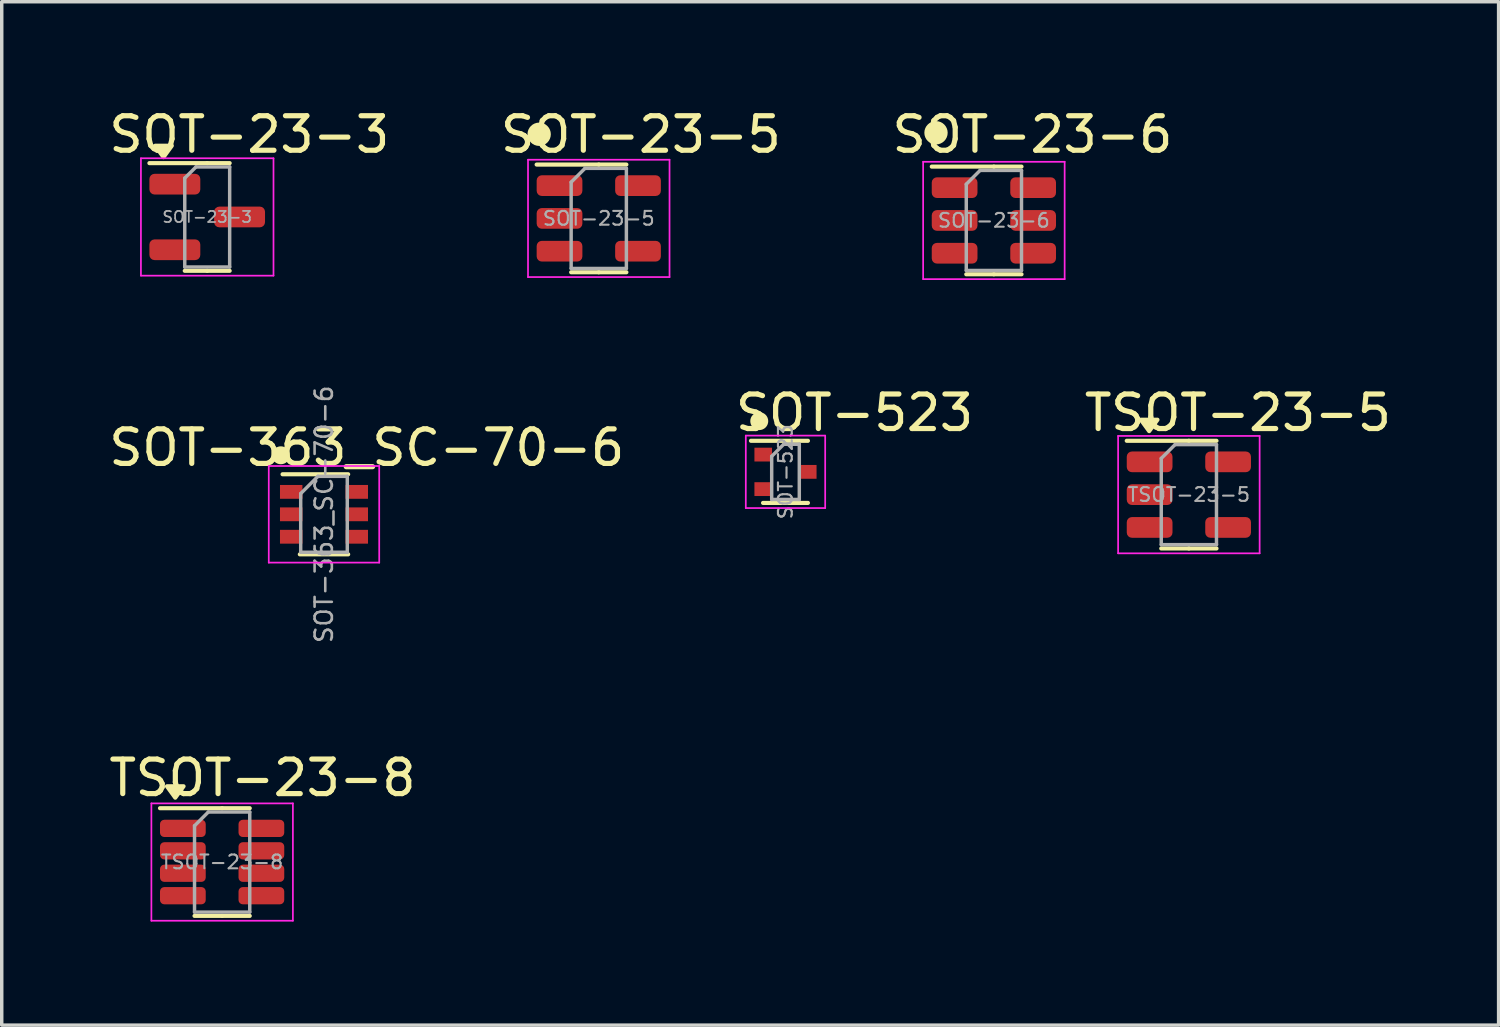
<source format=kicad_pcb>
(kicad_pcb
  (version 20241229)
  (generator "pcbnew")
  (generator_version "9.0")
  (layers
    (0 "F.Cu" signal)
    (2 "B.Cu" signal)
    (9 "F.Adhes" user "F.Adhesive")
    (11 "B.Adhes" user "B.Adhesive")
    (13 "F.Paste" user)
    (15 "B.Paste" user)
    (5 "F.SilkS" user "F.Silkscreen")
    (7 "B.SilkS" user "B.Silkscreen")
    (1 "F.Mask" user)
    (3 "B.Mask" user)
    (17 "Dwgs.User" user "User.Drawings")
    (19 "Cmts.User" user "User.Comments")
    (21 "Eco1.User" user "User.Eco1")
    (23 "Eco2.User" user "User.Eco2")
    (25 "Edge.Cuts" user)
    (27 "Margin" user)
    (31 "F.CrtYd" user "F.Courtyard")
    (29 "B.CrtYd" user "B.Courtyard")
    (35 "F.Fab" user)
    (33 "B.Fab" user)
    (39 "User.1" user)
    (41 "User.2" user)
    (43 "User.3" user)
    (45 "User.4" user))
  (footprint "SOT-523"
    (layer "F.Cu")
    (at 19.708 10.621)
    (property "Reference" "SOT-523" (at 2 -1.71 0) (layer "F.SilkS") (effects (font (size 1 1) (thickness 0.15))))
    (attr smd)
    (fp_line (start -1 -0.9) (end 0.65 -0.9) (stroke (width 0.12) (type solid)) (layer "F.SilkS"))
    (fp_line (start 0.65 0.9) (end -0.65 0.9) (stroke (width 0.12) (type solid)) (layer "F.SilkS"))
    (fp_circle (center -0.76 -1.47) (end -0.56 -1.47) (stroke (width 0.12) (type solid)) (fill yes) (layer "F.SilkS"))
    (fp_line (start -1.15 -1.05) (end -1.15 1.05) (stroke (width 0.05) (type solid)) (layer "F.CrtYd"))
    (fp_line (start -1.15 -1.05) (end 1.15 -1.05) (stroke (width 0.05) (type solid)) (layer "F.CrtYd"))
    (fp_line (start 1.15 1.05) (end -1.15 1.05) (stroke (width 0.05) (type solid)) (layer "F.CrtYd"))
    (fp_line (start 1.15 1.05) (end 1.15 -1.05) (stroke (width 0.05) (type solid)) (layer "F.CrtYd"))
    (fp_line (start -0.4 -0.45) (end -0.4 0.8) (stroke (width 0.1) (type solid)) (layer "F.Fab"))
    (fp_line (start -0.4 -0.45) (end -0.05 -0.8) (stroke (width 0.1) (type solid)) (layer "F.Fab"))
    (fp_line (start -0.4 0.8) (end 0.4 0.8) (stroke (width 0.1) (type solid)) (layer "F.Fab"))
    (fp_line (start 0.4 -0.8) (end -0.05 -0.8) (stroke (width 0.1) (type solid)) (layer "F.Fab"))
    (fp_line (start 0.4 0.8) (end 0.4 -0.8) (stroke (width 0.1) (type solid)) (layer "F.Fab"))
    (fp_text user "${REFERENCE}" (at 0 0 270) (layer "F.Fab") (effects (font (size 0.4 0.4) (thickness 0.062))))
    (pad "1" smd rect (at -0.645 -0.5 180) (size 0.51 0.4) (layers "F.Cu" "F.Mask" "F.Paste"))
    (pad "2" smd rect (at -0.645 0.5 180) (size 0.51 0.4) (layers "F.Cu" "F.Mask" "F.Paste"))
    (pad "3" smd rect (at 0.645 0 180) (size 0.51 0.4) (layers "F.Cu" "F.Mask" "F.Paste")))
  (footprint "SOT-23-3"
    (layer "F.Cu")
    (at 2.916 3.186)
    (property "Reference" "SOT-23-3" (at 1.257 -2.338 0) (layer "F.SilkS") (effects (font (size 1 1) (thickness 0.15))))
    (attr smd)
    (fp_line (start 0.037 -1.51) (end -1.637 -1.51) (stroke (width 0.12) (type solid)) (layer "F.SilkS"))
    (fp_line (start 0.037 -1.51) (end 0.688 -1.51) (stroke (width 0.12) (type solid)) (layer "F.SilkS"))
    (fp_line (start 0.037 1.61) (end -0.613 1.61) (stroke (width 0.12) (type solid)) (layer "F.SilkS"))
    (fp_line (start 0.037 1.61) (end 0.688 1.61) (stroke (width 0.12) (type solid)) (layer "F.SilkS"))
    (fp_poly (pts (xy -1.229 -1.683) (xy -1.469 -2.013) (xy -0.989 -2.013) (xy -1.229 -1.683)) (stroke (width 0.12) (type solid)) (fill yes) (layer "F.SilkS"))
    (fp_line (start -1.883 -1.65) (end -1.883 1.75) (stroke (width 0.05) (type solid)) (layer "F.CrtYd"))
    (fp_line (start -1.883 1.75) (end 1.958 1.75) (stroke (width 0.05) (type solid)) (layer "F.CrtYd"))
    (fp_line (start 1.958 -1.65) (end -1.883 -1.65) (stroke (width 0.05) (type solid)) (layer "F.CrtYd"))
    (fp_line (start 1.958 1.75) (end 1.958 -1.65) (stroke (width 0.05) (type solid)) (layer "F.CrtYd"))
    (fp_line (start -0.613 -1.075) (end -0.287 -1.4) (stroke (width 0.1) (type solid)) (layer "F.Fab"))
    (fp_line (start -0.613 1.5) (end -0.613 -1.075) (stroke (width 0.1) (type solid)) (layer "F.Fab"))
    (fp_line (start -0.287 -1.4) (end 0.688 -1.4) (stroke (width 0.1) (type solid)) (layer "F.Fab"))
    (fp_line (start 0.688 -1.4) (end 0.688 1.5) (stroke (width 0.1) (type solid)) (layer "F.Fab"))
    (fp_line (start 0.688 1.5) (end -0.613 1.5) (stroke (width 0.1) (type solid)) (layer "F.Fab"))
    (fp_text user "${REFERENCE}" (at 0.037 0.05 0) (layer "F.Fab") (effects (font (size 0.32 0.32) (thickness 0.05))))
    (pad "1" smd roundrect (at -0.9 -0.9) (size 1.475 0.6) (layers "F.Cu" "F.Mask" "F.Paste") (roundrect_rratio 0.25))
    (pad "2" smd roundrect (at -0.9 1) (size 1.475 0.6) (layers "F.Cu" "F.Mask" "F.Paste") (roundrect_rratio 0.25))
    (pad "3" smd roundrect (at 0.975 0.05) (size 1.475 0.6) (layers "F.Cu" "F.Mask" "F.Paste") (roundrect_rratio 0.25)))
  (footprint "TSOT-23-5"
    (layer "F.Cu")
    (at 31.395 11.281)
    (property "Reference" "TSOT-23-5" (at 1.42 -2.37 0) (layer "F.SilkS") (effects (font (size 1 1) (thickness 0.15))))
    (attr smd)
    (fp_line (start 0 -1.56) (end -1.8 -1.56) (stroke (width 0.12) (type solid)) (layer "F.SilkS"))
    (fp_line (start 0 -1.56) (end 0.8 -1.56) (stroke (width 0.12) (type solid)) (layer "F.SilkS"))
    (fp_line (start 0 1.56) (end -0.8 1.56) (stroke (width 0.12) (type solid)) (layer "F.SilkS"))
    (fp_line (start 0 1.56) (end 0.8 1.56) (stroke (width 0.12) (type solid)) (layer "F.SilkS"))
    (fp_poly (pts (xy -1.15 -1.84) (xy -1.39 -2.17) (xy -0.91 -2.17) (xy -1.15 -1.84)) (stroke (width 0.12) (type solid)) (fill yes) (layer "F.SilkS"))
    (fp_line (start -2.05 -1.7) (end -2.05 1.7) (stroke (width 0.05) (type solid)) (layer "F.CrtYd"))
    (fp_line (start -2.05 1.7) (end 2.05 1.7) (stroke (width 0.05) (type solid)) (layer "F.CrtYd"))
    (fp_line (start 2.05 -1.7) (end -2.05 -1.7) (stroke (width 0.05) (type solid)) (layer "F.CrtYd"))
    (fp_line (start 2.05 1.7) (end 2.05 -1.7) (stroke (width 0.05) (type solid)) (layer "F.CrtYd"))
    (fp_line (start -0.8 -1.05) (end -0.4 -1.45) (stroke (width 0.1) (type solid)) (layer "F.Fab"))
    (fp_line (start -0.8 1.45) (end -0.8 -1.05) (stroke (width 0.1) (type solid)) (layer "F.Fab"))
    (fp_line (start -0.4 -1.45) (end 0.8 -1.45) (stroke (width 0.1) (type solid)) (layer "F.Fab"))
    (fp_line (start 0.8 -1.45) (end 0.8 1.45) (stroke (width 0.1) (type solid)) (layer "F.Fab"))
    (fp_line (start 0.8 1.45) (end -0.8 1.45) (stroke (width 0.1) (type solid)) (layer "F.Fab"))
    (fp_text user "${REFERENCE}" (at 0 0 0) (layer "F.Fab") (effects (font (size 0.4 0.4) (thickness 0.06))))
    (pad "1" smd roundrect (at -1.137 -0.95) (size 1.325 0.6) (layers "F.Cu" "F.Mask" "F.Paste") (roundrect_rratio 0.25))
    (pad "2" smd roundrect (at -1.137 0) (size 1.325 0.6) (layers "F.Cu" "F.Mask" "F.Paste") (roundrect_rratio 0.25))
    (pad "3" smd roundrect (at -1.137 0.95) (size 1.325 0.6) (layers "F.Cu" "F.Mask" "F.Paste") (roundrect_rratio 0.25))
    (pad "4" smd roundrect (at 1.137 0.95) (size 1.325 0.6) (layers "F.Cu" "F.Mask" "F.Paste") (roundrect_rratio 0.25))
    (pad "5" smd roundrect (at 1.137 -0.95) (size 1.325 0.6) (layers "F.Cu" "F.Mask" "F.Paste") (roundrect_rratio 0.25)))
  (footprint "TSOT-23-8"
    (layer "F.Cu")
    (at 2.248 20.951)
    (property "Reference" "TSOT-23-8" (at 2.306 -1.463 0) (layer "F.SilkS") (effects (font (size 1 1) (thickness 0.15))))
    (attr smd)
    (fp_line (start 1.137 -0.585) (end -0.662 -0.585) (stroke (width 0.12) (type solid)) (layer "F.SilkS"))
    (fp_line (start 1.137 -0.585) (end 1.938 -0.585) (stroke (width 0.12) (type solid)) (layer "F.SilkS"))
    (fp_line (start 1.137 2.535) (end 0.338 2.535) (stroke (width 0.12) (type solid)) (layer "F.SilkS"))
    (fp_line (start 1.137 2.535) (end 1.938 2.535) (stroke (width 0.12) (type solid)) (layer "F.SilkS"))
    (fp_poly (pts (xy -0.22 -0.89) (xy -0.46 -1.22) (xy 0.02 -1.22) (xy -0.22 -0.89)) (stroke (width 0.12) (type solid)) (fill yes) (layer "F.SilkS"))
    (fp_line (start -0.912 -0.725) (end -0.912 2.675) (stroke (width 0.05) (type solid)) (layer "F.CrtYd"))
    (fp_line (start -0.912 2.675) (end 3.188 2.675) (stroke (width 0.05) (type solid)) (layer "F.CrtYd"))
    (fp_line (start 3.188 -0.725) (end -0.912 -0.725) (stroke (width 0.05) (type solid)) (layer "F.CrtYd"))
    (fp_line (start 3.188 2.675) (end 3.188 -0.725) (stroke (width 0.05) (type solid)) (layer "F.CrtYd"))
    (fp_line (start 0.338 -0.075) (end 0.738 -0.475) (stroke (width 0.1) (type solid)) (layer "F.Fab"))
    (fp_line (start 0.338 2.425) (end 0.338 -0.075) (stroke (width 0.1) (type solid)) (layer "F.Fab"))
    (fp_line (start 0.738 -0.475) (end 1.938 -0.475) (stroke (width 0.1) (type solid)) (layer "F.Fab"))
    (fp_line (start 1.938 -0.475) (end 1.938 2.425) (stroke (width 0.1) (type solid)) (layer "F.Fab"))
    (fp_line (start 1.938 2.425) (end 0.338 2.425) (stroke (width 0.1) (type solid)) (layer "F.Fab"))
    (fp_text user "${REFERENCE}" (at 1.137 0.975 0) (layer "F.Fab") (effects (font (size 0.4 0.4) (thickness 0.06))))
    (pad "1" smd roundrect (at 0 0) (size 1.325 0.5) (layers "F.Cu" "F.Mask" "F.Paste") (roundrect_rratio 0.25))
    (pad "2" smd roundrect (at 0 0.65) (size 1.325 0.5) (layers "F.Cu" "F.Mask" "F.Paste") (roundrect_rratio 0.25))
    (pad "3" smd roundrect (at 0 1.3) (size 1.325 0.5) (layers "F.Cu" "F.Mask" "F.Paste") (roundrect_rratio 0.25))
    (pad "4" smd roundrect (at 0 1.95) (size 1.325 0.5) (layers "F.Cu" "F.Mask" "F.Paste") (roundrect_rratio 0.25))
    (pad "5" smd roundrect (at 2.275 1.95) (size 1.325 0.5) (layers "F.Cu" "F.Mask" "F.Paste") (roundrect_rratio 0.25))
    (pad "6" smd roundrect (at 2.275 1.3) (size 1.325 0.5) (layers "F.Cu" "F.Mask" "F.Paste") (roundrect_rratio 0.25))
    (pad "7" smd roundrect (at 2.275 0.65) (size 1.325 0.5) (layers "F.Cu" "F.Mask" "F.Paste") (roundrect_rratio 0.25))
    (pad "8" smd roundrect (at 2.275 0) (size 1.325 0.5) (layers "F.Cu" "F.Mask" "F.Paste") (roundrect_rratio 0.25)))
  (footprint "SOT-23-5"
    (layer "F.Cu")
    (at 14.298 3.278)
    (property "Reference" "SOT-23-5" (at 1.22 -2.43 0) (layer "F.SilkS") (effects (font (size 1 1) (thickness 0.15))))
    (attr smd)
    (fp_line (start 0 -1.56) (end -1.8 -1.56) (stroke (width 0.12) (type solid)) (layer "F.SilkS"))
    (fp_line (start 0 -1.56) (end 0.8 -1.56) (stroke (width 0.12) (type solid)) (layer "F.SilkS"))
    (fp_line (start 0 1.56) (end -0.8 1.56) (stroke (width 0.12) (type solid)) (layer "F.SilkS"))
    (fp_line (start 0 1.56) (end 0.8 1.56) (stroke (width 0.12) (type solid)) (layer "F.SilkS"))
    (fp_circle (center -1.727 -2.438) (end -1.449 -2.438) (stroke (width 0.12) (type solid)) (fill yes) (layer "F.SilkS"))
    (fp_line (start -2.05 -1.7) (end -2.05 1.7) (stroke (width 0.05) (type solid)) (layer "F.CrtYd"))
    (fp_line (start -2.05 1.7) (end 2.05 1.7) (stroke (width 0.05) (type solid)) (layer "F.CrtYd"))
    (fp_line (start 2.05 -1.7) (end -2.05 -1.7) (stroke (width 0.05) (type solid)) (layer "F.CrtYd"))
    (fp_line (start 2.05 1.7) (end 2.05 -1.7) (stroke (width 0.05) (type solid)) (layer "F.CrtYd"))
    (fp_line (start -0.8 -1.05) (end -0.4 -1.45) (stroke (width 0.1) (type solid)) (layer "F.Fab"))
    (fp_line (start -0.8 1.45) (end -0.8 -1.05) (stroke (width 0.1) (type solid)) (layer "F.Fab"))
    (fp_line (start -0.4 -1.45) (end 0.8 -1.45) (stroke (width 0.1) (type solid)) (layer "F.Fab"))
    (fp_line (start 0.8 -1.45) (end 0.8 1.45) (stroke (width 0.1) (type solid)) (layer "F.Fab"))
    (fp_line (start 0.8 1.45) (end -0.8 1.45) (stroke (width 0.1) (type solid)) (layer "F.Fab"))
    (fp_text user "${REFERENCE}" (at 0 0 0) (layer "F.Fab") (effects (font (size 0.4 0.4) (thickness 0.06))))
    (pad "1" smd roundrect (at -1.137 -0.95) (size 1.325 0.6) (layers "F.Cu" "F.Mask" "F.Paste") (roundrect_rratio 0.25))
    (pad "2" smd roundrect (at -1.137 0) (size 1.325 0.6) (layers "F.Cu" "F.Mask" "F.Paste") (roundrect_rratio 0.25))
    (pad "3" smd roundrect (at -1.137 0.95) (size 1.325 0.6) (layers "F.Cu" "F.Mask" "F.Paste") (roundrect_rratio 0.25))
    (pad "4" smd roundrect (at 1.137 0.95) (size 1.325 0.6) (layers "F.Cu" "F.Mask" "F.Paste") (roundrect_rratio 0.25))
    (pad "5" smd roundrect (at 1.137 -0.95) (size 1.325 0.6) (layers "F.Cu" "F.Mask" "F.Paste") (roundrect_rratio 0.25)))
  (footprint "SOT-363_SC-70-6"
    (layer "F.Cu")
    (at 6.337 11.851)
    (property "Reference" "SOT-363_SC-70-6" (at 1.24 -1.93 0) (layer "F.SilkS") (effects (font (size 1 1) (thickness 0.15))))
    (attr smd)
    (fp_line (start -0.7 1.16) (end 0.7 1.16) (stroke (width 0.12) (type solid)) (layer "F.SilkS"))
    (fp_line (start 0.7 -1.16) (end -1.2 -1.16) (stroke (width 0.12) (type solid)) (layer "F.SilkS"))
    (fp_circle (center -1.25 -1.71) (end -1.05 -1.71) (stroke (width 0.12) (type solid)) (fill yes) (layer "F.SilkS"))
    (fp_line (start -1.6 -1.4) (end -1.6 1.4) (stroke (width 0.05) (type solid)) (layer "F.CrtYd"))
    (fp_line (start -1.6 -1.4) (end 1.6 -1.4) (stroke (width 0.05) (type solid)) (layer "F.CrtYd"))
    (fp_line (start -1.6 1.4) (end 1.6 1.4) (stroke (width 0.05) (type solid)) (layer "F.CrtYd"))
    (fp_line (start 1.6 1.4) (end 1.6 -1.4) (stroke (width 0.05) (type solid)) (layer "F.CrtYd"))
    (fp_line (start -0.675 -0.6) (end -0.675 1.1) (stroke (width 0.1) (type solid)) (layer "F.Fab"))
    (fp_line (start -0.175 -1.1) (end -0.675 -0.6) (stroke (width 0.1) (type solid)) (layer "F.Fab"))
    (fp_line (start 0.675 -1.1) (end -0.175 -1.1) (stroke (width 0.1) (type solid)) (layer "F.Fab"))
    (fp_line (start 0.675 -1.1) (end 0.675 1.1) (stroke (width 0.1) (type solid)) (layer "F.Fab"))
    (fp_line (start 0.675 1.1) (end -0.675 1.1) (stroke (width 0.1) (type solid)) (layer "F.Fab"))
    (fp_text user "${REFERENCE}" (at 0 0 90) (layer "F.Fab") (effects (font (size 0.5 0.5) (thickness 0.075))))
    (pad "1" smd rect (at -0.95 -0.65) (size 0.65 0.4) (layers "F.Cu" "F.Mask" "F.Paste"))
    (pad "2" smd rect (at -0.95 0) (size 0.65 0.4) (layers "F.Cu" "F.Mask" "F.Paste"))
    (pad "3" smd rect (at -0.95 0.65) (size 0.65 0.4) (layers "F.Cu" "F.Mask" "F.Paste"))
    (pad "4" smd rect (at 0.95 0.65) (size 0.65 0.4) (layers "F.Cu" "F.Mask" "F.Paste"))
    (pad "5" smd rect (at 0.95 0) (size 0.65 0.4) (layers "F.Cu" "F.Mask" "F.Paste"))
    (pad "6" smd rect (at 0.95 -0.65) (size 0.65 0.4) (layers "F.Cu" "F.Mask" "F.Paste")))
  (footprint "SOT-23-6"
    (layer "F.Cu")
    (at 24.608 2.387)
    (property "Reference" "SOT-23-6" (at 2.255 -1.539 0) (layer "F.SilkS") (effects (font (size 1 1) (thickness 0.15))))
    (attr smd)
    (fp_line (start 1.137 -0.61) (end -0.662 -0.61) (stroke (width 0.12) (type solid)) (layer "F.SilkS"))
    (fp_line (start 1.137 -0.61) (end 1.938 -0.61) (stroke (width 0.12) (type solid)) (layer "F.SilkS"))
    (fp_line (start 1.137 2.51) (end 0.338 2.51) (stroke (width 0.12) (type solid)) (layer "F.SilkS"))
    (fp_line (start 1.137 2.51) (end 1.938 2.51) (stroke (width 0.12) (type solid)) (layer "F.SilkS"))
    (fp_circle (center -0.539 -1.59) (end -0.261 -1.59) (stroke (width 0.12) (type solid)) (fill yes) (layer "F.SilkS"))
    (fp_line (start -0.912 -0.75) (end -0.912 2.65) (stroke (width 0.05) (type solid)) (layer "F.CrtYd"))
    (fp_line (start -0.912 2.65) (end 3.188 2.65) (stroke (width 0.05) (type solid)) (layer "F.CrtYd"))
    (fp_line (start 3.188 -0.75) (end -0.912 -0.75) (stroke (width 0.05) (type solid)) (layer "F.CrtYd"))
    (fp_line (start 3.188 2.65) (end 3.188 -0.75) (stroke (width 0.05) (type solid)) (layer "F.CrtYd"))
    (fp_line (start 0.338 -0.1) (end 0.738 -0.5) (stroke (width 0.1) (type solid)) (layer "F.Fab"))
    (fp_line (start 0.338 2.4) (end 0.338 -0.1) (stroke (width 0.1) (type solid)) (layer "F.Fab"))
    (fp_line (start 0.738 -0.5) (end 1.938 -0.5) (stroke (width 0.1) (type solid)) (layer "F.Fab"))
    (fp_line (start 1.938 -0.5) (end 1.938 2.4) (stroke (width 0.1) (type solid)) (layer "F.Fab"))
    (fp_line (start 1.938 2.4) (end 0.338 2.4) (stroke (width 0.1) (type solid)) (layer "F.Fab"))
    (fp_text user "${REFERENCE}" (at 1.137 0.95 0) (layer "F.Fab") (effects (font (size 0.4 0.4) (thickness 0.06))))
    (pad "1" smd roundrect (at 0 0) (size 1.325 0.6) (layers "F.Cu" "F.Mask" "F.Paste") (roundrect_rratio 0.25))
    (pad "2" smd roundrect (at 0 0.95) (size 1.325 0.6) (layers "F.Cu" "F.Mask" "F.Paste") (roundrect_rratio 0.25))
    (pad "3" smd roundrect (at 0 1.9) (size 1.325 0.6) (layers "F.Cu" "F.Mask" "F.Paste") (roundrect_rratio 0.25))
    (pad "4" smd roundrect (at 2.275 1.9) (size 1.325 0.6) (layers "F.Cu" "F.Mask" "F.Paste") (roundrect_rratio 0.25))
    (pad "5" smd roundrect (at 2.275 0.95) (size 1.325 0.6) (layers "F.Cu" "F.Mask" "F.Paste") (roundrect_rratio 0.25))
    (pad "6" smd roundrect (at 2.275 0) (size 1.325 0.6) (layers "F.Cu" "F.Mask" "F.Paste") (roundrect_rratio 0.25)))
  (gr_rect
    (start -3 -3)
    (end 40.369 26.651)
    (stroke (width 0.1) (type default))
    (fill no)
    (layer "Edge.Cuts")))
</source>
